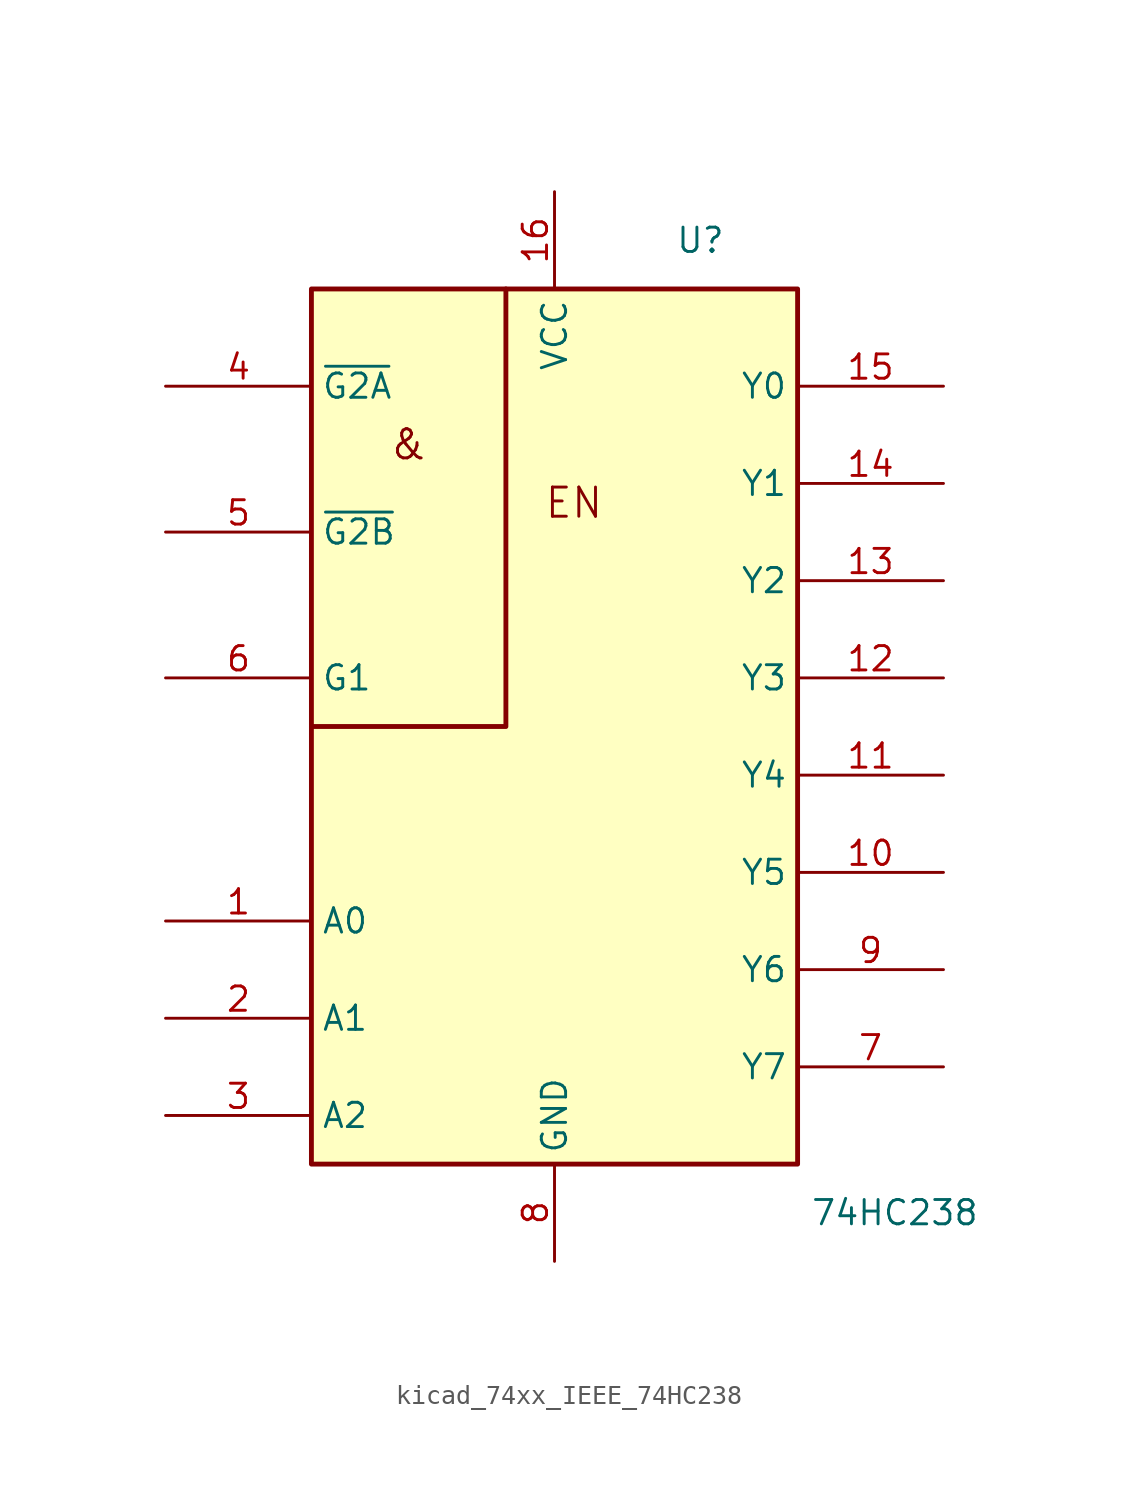
<source format=kicad_sym>
(kicad_symbol_lib
  (version 20220914)
  (generator kicad_symbol_editor)
  (symbol "kicad_74xx_IEEE_74HC238"
    (property "Reference" "U"
      (at 7.62 17.78 0)
      (effects (font (size 1.27 1.27))))
    (property "Value" "74HC238"
      (at 17.78 -33.02 0)
      (effects (font (size 1.27 1.27))))
    (symbol "kicad_74xx_IEEE_74HC238_0_0"
      (text "&" (at -7.62 7.112 0) (effects (font (size 1.524 1.524))))
      (text "EN" (at 1.016 4.064 0) (effects (font (size 1.524 1.524))))
      (pin power_in line (at 0 20.32 270) (length 5.08) (name "VCC" (effects (font (size 1.27 1.27)))) (number "16" (effects (font (size 1.27 1.27))))))
    (symbol "kicad_74xx_IEEE_74HC238_0_1"
      (rectangle (start -12.7 15.24) (end 12.7 -30.48) (stroke (width 0.254) (type default)) (fill (type background)))
      (polyline (pts (xy -2.54 15.24) (xy -2.54 -7.62) (xy -12.7 -7.62) (xy -12.7 -7.62)) (stroke (width 0.254) (type default)) (fill (type background))))
    (symbol "kicad_74xx_IEEE_74HC238_1_1"
      (pin input line (at -20.32 -17.78 0) (length 7.62) (name "A0" (effects (font (size 1.27 1.27)))) (number "1" (effects (font (size 1.27 1.27)))))
      (pin output line (at 20.32 -15.24 180) (length 7.62) (name "Y5" (effects (font (size 1.27 1.27)))) (number "10" (effects (font (size 1.27 1.27)))))
      (pin output line (at 20.32 -10.16 180) (length 7.62) (name "Y4" (effects (font (size 1.27 1.27)))) (number "11" (effects (font (size 1.27 1.27)))))
      (pin output line (at 20.32 -5.08 180) (length 7.62) (name "Y3" (effects (font (size 1.27 1.27)))) (number "12" (effects (font (size 1.27 1.27)))))
      (pin output line (at 20.32 0 180) (length 7.62) (name "Y2" (effects (font (size 1.27 1.27)))) (number "13" (effects (font (size 1.27 1.27)))))
      (pin output line (at 20.32 5.08 180) (length 7.62) (name "Y1" (effects (font (size 1.27 1.27)))) (number "14" (effects (font (size 1.27 1.27)))))
      (pin output line (at 20.32 10.16 180) (length 7.62) (name "Y0" (effects (font (size 1.27 1.27)))) (number "15" (effects (font (size 1.27 1.27)))))
      (pin input line (at -20.32 -22.86 0) (length 7.62) (name "A1" (effects (font (size 1.27 1.27)))) (number "2" (effects (font (size 1.27 1.27)))))
      (pin input line (at -20.32 -27.94 0) (length 7.62) (name "A2" (effects (font (size 1.27 1.27)))) (number "3" (effects (font (size 1.27 1.27)))))
      (pin input line (at -20.32 10.16 0) (length 7.62) (name "~{G2A}" (effects (font (size 1.27 1.27)))) (number "4" (effects (font (size 1.27 1.27)))))
      (pin input line (at -20.32 2.54 0) (length 7.62) (name "~{G2B}" (effects (font (size 1.27 1.27)))) (number "5" (effects (font (size 1.27 1.27)))))
      (pin input line (at -20.32 -5.08 0) (length 7.62) (name "G1" (effects (font (size 1.27 1.27)))) (number "6" (effects (font (size 1.27 1.27)))))
      (pin output line (at 20.32 -25.4 180) (length 7.62) (name "Y7" (effects (font (size 1.27 1.27)))) (number "7" (effects (font (size 1.27 1.27)))))
      (pin power_in line (at 0 -35.56 90) (length 5.08) (name "GND" (effects (font (size 1.27 1.27)))) (number "8" (effects (font (size 1.27 1.27)))))
      (pin output line (at 20.32 -20.32 180) (length 7.62) (name "Y6" (effects (font (size 1.27 1.27)))) (number "9" (effects (font (size 1.27 1.27))))))))
</source>
